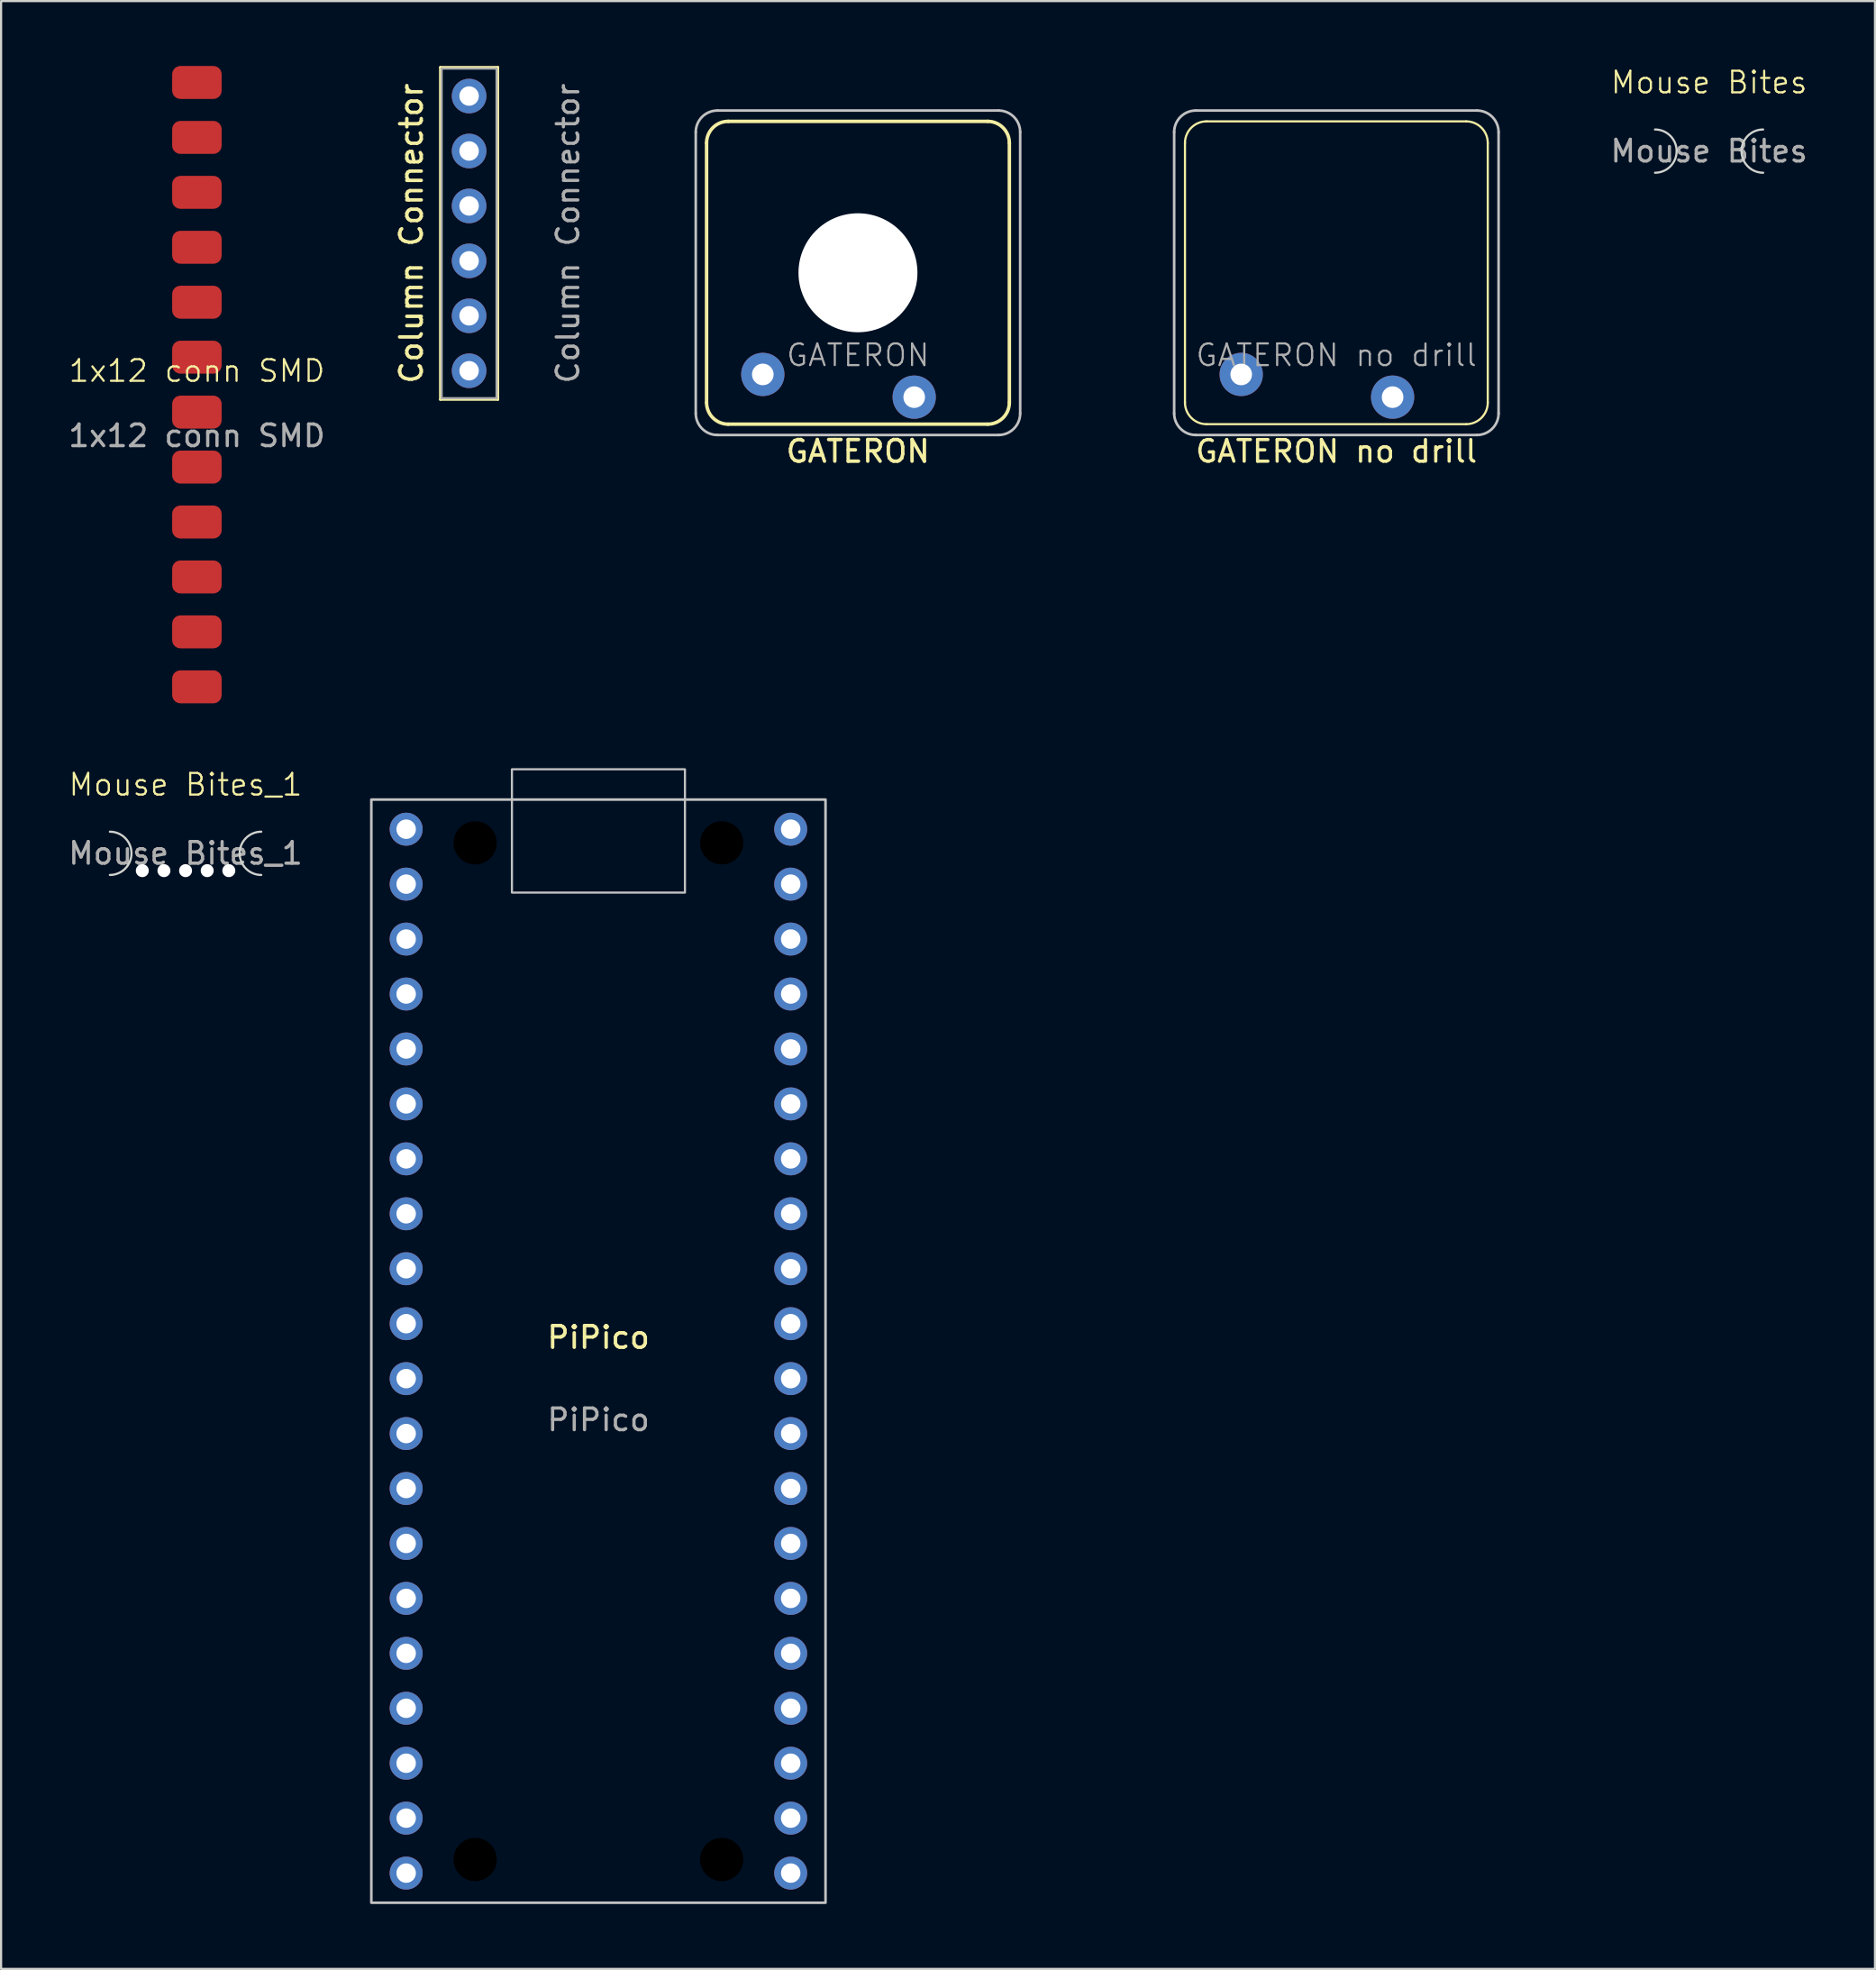
<source format=kicad_pcb>
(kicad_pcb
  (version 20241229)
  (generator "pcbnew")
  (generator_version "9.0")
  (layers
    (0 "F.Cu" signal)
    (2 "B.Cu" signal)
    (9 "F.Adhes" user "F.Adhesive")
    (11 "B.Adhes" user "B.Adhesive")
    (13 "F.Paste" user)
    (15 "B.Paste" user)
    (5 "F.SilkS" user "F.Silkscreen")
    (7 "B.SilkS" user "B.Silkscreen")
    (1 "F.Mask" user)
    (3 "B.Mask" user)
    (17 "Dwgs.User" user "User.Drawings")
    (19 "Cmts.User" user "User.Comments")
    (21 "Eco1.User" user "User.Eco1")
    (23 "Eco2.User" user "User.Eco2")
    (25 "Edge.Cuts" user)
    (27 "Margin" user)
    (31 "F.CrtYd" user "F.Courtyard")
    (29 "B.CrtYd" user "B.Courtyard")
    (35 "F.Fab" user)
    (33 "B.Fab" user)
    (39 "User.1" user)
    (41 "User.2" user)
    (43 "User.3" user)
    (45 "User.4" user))
  (footprint "1x12 conn SMD"
    (layer "F.Cu")
    (at 6.054 14.732)
    (property "Reference" "1x12 conn SMD" (at 0 -0.635 0) (unlocked yes) (layer "F.SilkS") (effects (font (size 1 1) (thickness 0.1))))
    (attr smd)
    (fp_text user "${REFERENCE}" (at 0 2.365 0) (unlocked yes) (layer "F.Fab") (effects (font (size 1 1) (thickness 0.15))))
    (pad "1" smd roundrect (at 0 -13.97) (size 2.286 1.524) (layers "F.Cu" "F.Mask" "F.Paste") (roundrect_rratio 0.25))
    (pad "2" smd roundrect (at 0 -11.43) (size 2.286 1.524) (layers "F.Cu" "F.Mask" "F.Paste") (roundrect_rratio 0.25))
    (pad "3" smd roundrect (at 0 -8.89) (size 2.286 1.524) (layers "F.Cu" "F.Mask" "F.Paste") (roundrect_rratio 0.25))
    (pad "4" smd roundrect (at 0 -6.35) (size 2.286 1.524) (layers "F.Cu" "F.Mask" "F.Paste") (roundrect_rratio 0.25))
    (pad "5" smd roundrect (at 0 -3.81) (size 2.286 1.524) (layers "F.Cu" "F.Mask" "F.Paste") (roundrect_rratio 0.25))
    (pad "6" smd roundrect (at 0 -1.27) (size 2.286 1.524) (layers "F.Cu" "F.Mask" "F.Paste") (roundrect_rratio 0.25))
    (pad "7" smd roundrect (at 0 1.27) (size 2.286 1.524) (layers "F.Cu" "F.Mask" "F.Paste") (roundrect_rratio 0.25))
    (pad "8" smd roundrect (at 0 3.81) (size 2.286 1.524) (layers "F.Cu" "F.Mask" "F.Paste") (roundrect_rratio 0.25))
    (pad "9" smd roundrect (at 0 6.35) (size 2.286 1.524) (layers "F.Cu" "F.Mask" "F.Paste") (roundrect_rratio 0.25))
    (pad "10" smd roundrect (at 0 8.89) (size 2.286 1.524) (layers "F.Cu" "F.Mask" "F.Paste") (roundrect_rratio 0.25))
    (pad "11" smd roundrect (at 0 11.43) (size 2.286 1.524) (layers "F.Cu" "F.Mask" "F.Paste") (roundrect_rratio 0.25))
    (pad "12" smd roundrect (at 0 13.97) (size 2.286 1.524) (layers "F.Cu" "F.Mask" "F.Paste") (roundrect_rratio 0.25)))
  (footprint "Column Connector"
    (layer "F.Cu")
    (at 18.64 7.74)
    (property "Reference" "Column Connector" (at -2.667 0 90) (unlocked yes) (layer "F.SilkS") (effects (font (size 1 1) (thickness 0.16))))
    (attr smd)
    (fp_line (start -1.33 -7.68) (end -1.33 7.68) (stroke (width 0.12) (type solid)) (layer "F.SilkS"))
    (fp_line (start -1.33 -7.68) (end 1.33 -7.68) (stroke (width 0.12) (type solid)) (layer "F.SilkS"))
    (fp_line (start -1.33 7.68) (end 1.33 7.68) (stroke (width 0.12) (type solid)) (layer "F.SilkS"))
    (fp_line (start 1.33 -7.68) (end 1.33 7.68) (stroke (width 0.12) (type solid)) (layer "F.SilkS"))
    (fp_line (start -1.27 -7.62) (end 1.27 -7.62) (stroke (width 0.1) (type solid)) (layer "F.Fab"))
    (fp_line (start -1.27 7.62) (end -1.27 -7.62) (stroke (width 0.1) (type solid)) (layer "F.Fab"))
    (fp_line (start 1.27 -7.62) (end 1.27 7.62) (stroke (width 0.1) (type solid)) (layer "F.Fab"))
    (fp_line (start 1.27 7.62) (end -1.27 7.62) (stroke (width 0.1) (type solid)) (layer "F.Fab"))
    (fp_text user "${REFERENCE}" (at 4.572 0 90) (unlocked yes) (layer "F.Fab") (effects (font (size 1 1) (thickness 0.15))))
    (pad "1" thru_hole oval (at 0 -6.35) (size 1.6 1.6) (drill 0.9) (layers "*.Cu" "*.Mask"))
    (pad "2" thru_hole oval (at 0 -3.81) (size 1.6 1.6) (drill 0.9) (layers "*.Cu" "*.Mask"))
    (pad "3" thru_hole oval (at 0 -1.27) (size 1.6 1.6) (drill 0.9) (layers "*.Cu" "*.Mask"))
    (pad "4" thru_hole oval (at 0 1.27) (size 1.6 1.6) (drill 0.9) (layers "*.Cu" "*.Mask"))
    (pad "5" thru_hole oval (at 0 3.81) (size 1.6 1.6) (drill 0.9) (layers "*.Cu" "*.Mask"))
    (pad "6" thru_hole oval (at 0 6.35) (size 1.6 1.6) (drill 0.9) (layers "*.Cu" "*.Mask")))
  (footprint "GATERON"
    (layer "F.Cu")
    (at 36.62 9.56)
    (property "Reference" "GATERON" (at 0 8.255 0) (unlocked yes) (layer "F.SilkS") (effects (font (size 1 1) (thickness 0.16))))
    (attr smd)
    (fp_line (start -7 6) (end -7 -6) (stroke (width 0.16) (type default)) (layer "F.SilkS"))
    (fp_line (start -6 -7) (end 6 -7) (stroke (width 0.16) (type default)) (layer "F.SilkS"))
    (fp_line (start 6 7) (end -6 7) (stroke (width 0.16) (type default)) (layer "F.SilkS"))
    (fp_line (start 7 -6) (end 7 6) (stroke (width 0.16) (type default)) (layer "F.SilkS"))
    (fp_arc (start -7 -6) (mid -6.707107 -6.707106) (end -6 -7) (stroke (width 0.16) (type default)) (layer "F.SilkS"))
    (fp_arc (start -6 7) (mid -6.707106 6.707107) (end -7 6) (stroke (width 0.16) (type default)) (layer "F.SilkS"))
    (fp_arc (start 6 -7) (mid 6.707106 -6.707107) (end 7 -6) (stroke (width 0.16) (type default)) (layer "F.SilkS"))
    (fp_arc (start 7 6) (mid 6.707107 6.707106) (end 6 7) (stroke (width 0.16) (type default)) (layer "F.SilkS"))
    (fp_line (start -7.5 6.5) (end -7.5 -6.5) (stroke (width 0.12) (type default)) (layer "Dwgs.User"))
    (fp_line (start -6.5 -7.5) (end 6.5 -7.5) (stroke (width 0.12) (type default)) (layer "Dwgs.User"))
    (fp_line (start 6.5 7.5) (end -6.5 7.5) (stroke (width 0.12) (type default)) (layer "Dwgs.User"))
    (fp_line (start 7.5 -6.5) (end 7.5 6.5) (stroke (width 0.12) (type default)) (layer "Dwgs.User"))
    (fp_arc (start -7.5 -6.5) (mid -7.207107 -7.207107) (end -6.5 -7.5) (stroke (width 0.12) (type default)) (layer "Dwgs.User"))
    (fp_arc (start -6.5 7.5) (mid -7.207107 7.207107) (end -7.5 6.5) (stroke (width 0.12) (type default)) (layer "Dwgs.User"))
    (fp_arc (start 6.5 -7.5) (mid 7.207107 -7.207107) (end 7.5 -6.5) (stroke (width 0.12) (type default)) (layer "Dwgs.User"))
    (fp_arc (start 7.5 6.5) (mid 7.207107 7.207107) (end 6.5 7.5) (stroke (width 0.12) (type default)) (layer "Dwgs.User"))
    (fp_rect (start 9.5 9.5) (end -9.5 -9.5) (stroke (width 0.12) (type dash)) (fill no) (layer "User.1"))
    (fp_text user "${REFERENCE}" (at 0 3.81 0) (layer "F.Fab") (effects (font (size 1 1) (thickness 0.1))))
    (pad "" np_thru_hole circle (at 0 0 180) (size 5.5 5.5) (drill 5.5) (layers "*.Cu" "*.Mask"))
    (pad "0" thru_hole circle (at 2.6 5.75 180) (size 2 2) (drill 1) (layers "*.Cu" "*.Mask"))
    (pad "1" thru_hole circle (at -4.4 4.7 180) (size 2 2) (drill 1) (layers "*.Cu" "*.Mask")))
  (footprint "GATERON no drill"
    (layer "F.Cu")
    (at 58.74 9.56)
    (property "Reference" "GATERON no drill" (at 0 8.255 0) (unlocked yes) (layer "F.SilkS") (effects (font (size 1 1) (thickness 0.15))))
    (attr smd)
    (fp_line (start -7 6) (end -7 -6) (stroke (width 0.1) (type default)) (layer "F.SilkS"))
    (fp_line (start -6 -7) (end 6 -7) (stroke (width 0.1) (type default)) (layer "F.SilkS"))
    (fp_line (start 6 7) (end -6 7) (stroke (width 0.1) (type default)) (layer "F.SilkS"))
    (fp_line (start 7 -6) (end 7 6) (stroke (width 0.1) (type default)) (layer "F.SilkS"))
    (fp_arc (start -7 -6) (mid -6.707107 -6.707107) (end -6 -7) (stroke (width 0.1) (type default)) (layer "F.SilkS"))
    (fp_arc (start -6 7) (mid -6.707107 6.707107) (end -7 6) (stroke (width 0.1) (type default)) (layer "F.SilkS"))
    (fp_arc (start 6 -7) (mid 6.707107 -6.707107) (end 7 -6) (stroke (width 0.1) (type default)) (layer "F.SilkS"))
    (fp_arc (start 7 6) (mid 6.707107 6.707107) (end 6 7) (stroke (width 0.1) (type default)) (layer "F.SilkS"))
    (fp_line (start -7.5 6.5) (end -7.5 -6.5) (stroke (width 0.12) (type default)) (layer "Dwgs.User"))
    (fp_line (start -6.5 -7.5) (end 6.5 -7.5) (stroke (width 0.12) (type default)) (layer "Dwgs.User"))
    (fp_line (start 6.5 7.5) (end -6.5 7.5) (stroke (width 0.12) (type default)) (layer "Dwgs.User"))
    (fp_line (start 7.5 -6.5) (end 7.5 6.5) (stroke (width 0.12) (type default)) (layer "Dwgs.User"))
    (fp_arc (start -7.5 -6.5) (mid -7.207107 -7.207107) (end -6.5 -7.5) (stroke (width 0.12) (type default)) (layer "Dwgs.User"))
    (fp_arc (start -6.5 7.5) (mid -7.207107 7.207107) (end -7.5 6.5) (stroke (width 0.12) (type default)) (layer "Dwgs.User"))
    (fp_arc (start 6.5 -7.5) (mid 7.207107 -7.207107) (end 7.5 -6.5) (stroke (width 0.12) (type default)) (layer "Dwgs.User"))
    (fp_arc (start 7.5 6.5) (mid 7.207107 7.207107) (end 6.5 7.5) (stroke (width 0.12) (type default)) (layer "Dwgs.User"))
    (fp_rect (start 9.5 9.5) (end -9.5 -9.5) (stroke (width 0.12) (type dash)) (fill no) (layer "User.1"))
    (fp_text user "${REFERENCE}" (at 0 3.81 0) (layer "F.Fab") (effects (font (size 1 1) (thickness 0.1))))
    (pad "0" thru_hole circle (at 2.6 5.75 180) (size 2 2) (drill 1) (layers "*.Cu" "*.Mask"))
    (pad "1" thru_hole circle (at -4.4 4.7 180) (size 2 2) (drill 1) (layers "*.Cu" "*.Mask")))
  (footprint "Mouse Bites"
    (layer "F.Cu")
    (at 75.973 3.936)
    (property "Reference" "Mouse Bites" (at 0 -3.175 0) (unlocked yes) (layer "F.SilkS") (effects (font (size 1 1) (thickness 0.1))))
    (attr smd)
    (fp_arc (start -2.5 -1) (mid -1.5 0) (end -2.5 1) (stroke (width 0.1) (type default)) (layer "Edge.Cuts"))
    (fp_arc (start 2.5 1) (mid 1.5 0) (end 2.5 -1) (stroke (width 0.1) (type default)) (layer "Edge.Cuts"))
    (fp_text user "${REFERENCE}" (at 0 0 0) (unlocked yes) (layer "F.Fab") (effects (font (size 1 1) (thickness 0.15)))))
  (footprint "Mouse Bites_1"
    (layer "F.Cu")
    (at 5.53 36.4)
    (property "Reference" "Mouse Bites_1" (at 0 -3.175 0) (unlocked yes) (layer "F.SilkS") (effects (font (size 1 1) (thickness 0.1))))
    (attr smd)
    (fp_arc (start -3.5 -1) (mid -2.5 0) (end -3.5 1) (stroke (width 0.1) (type default)) (layer "Edge.Cuts"))
    (fp_arc (start 3.5 1) (mid 2.5 0) (end 3.5 -1) (stroke (width 0.1) (type default)) (layer "Edge.Cuts"))
    (fp_text user "${REFERENCE}" (at 0 0 0) (unlocked yes) (layer "F.Fab") (effects (font (size 1 1) (thickness 0.15))))
    (pad "" np_thru_hole circle (at -2 0.8 180) (size 0.6 0.6) (drill 0.6) (layers "*.Cu" "*.Mask"))
    (pad "" np_thru_hole circle (at -1 0.8 180) (size 0.6 0.6) (drill 0.6) (layers "*.Cu" "*.Mask"))
    (pad "" np_thru_hole circle (at 0 0.8 180) (size 0.6 0.6) (drill 0.6) (layers "*.Cu" "*.Mask"))
    (pad "" np_thru_hole circle (at 1 0.8 180) (size 0.6 0.6) (drill 0.6) (layers "*.Cu" "*.Mask"))
    (pad "" np_thru_hole circle (at 2 0.8 180) (size 0.6 0.6) (drill 0.6) (layers "*.Cu" "*.Mask")))
  (footprint "PiPico"
    (layer "F.Cu")
    (at 24.62 59.414)
    (property "Reference" "PiPico" (at 0 -0.635 0) (unlocked yes) (layer "F.SilkS") (effects (font (size 1 1) (thickness 0.16))))
    (attr through_hole)
    (fp_rect (start -10.5 -25.5) (end 10.5 25.5) (stroke (width 0.12) (type solid)) (fill no) (layer "Dwgs.User"))
    (fp_rect (start -4 -26.9) (end 4 -21.2) (stroke (width 0.1) (type default)) (fill no) (layer "Dwgs.User"))
    (fp_text user "${REFERENCE}" (at 0 3.175 0) (unlocked yes) (layer "F.Fab") (effects (font (size 1 1) (thickness 0.15))))
    (pad "" np_thru_hole circle (at -5.7 -23.5) (size 2.5 2.5) (drill 2) (layers "*.Mask"))
    (pad "" np_thru_hole circle (at -5.7 23.5) (size 2.5 2.5) (drill 2) (layers "*.Mask"))
    (pad "" np_thru_hole circle (at 5.7 -23.5) (size 2.5 2.5) (drill 2) (layers "*.Mask"))
    (pad "" np_thru_hole circle (at 5.7 23.5) (size 2.5 2.5) (drill 2) (layers "*.Mask"))
    (pad "1" thru_hole circle (at -8.89 -24.13) (size 1.524 1.524) (drill 0.9) (layers "*.Cu" "*.Mask"))
    (pad "2" thru_hole circle (at -8.89 -21.59) (size 1.524 1.524) (drill 0.9) (layers "*.Cu" "*.Mask"))
    (pad "3" thru_hole circle (at -8.89 -19.05) (size 1.524 1.524) (drill 0.9) (layers "*.Cu" "*.Mask"))
    (pad "4" thru_hole circle (at -8.89 -16.51) (size 1.524 1.524) (drill 0.9) (layers "*.Cu" "*.Mask"))
    (pad "5" thru_hole circle (at -8.89 -13.97) (size 1.524 1.524) (drill 0.9) (layers "*.Cu" "*.Mask"))
    (pad "6" thru_hole circle (at -8.89 -11.43) (size 1.524 1.524) (drill 0.9) (layers "*.Cu" "*.Mask"))
    (pad "7" thru_hole circle (at -8.89 -8.89) (size 1.524 1.524) (drill 0.9) (layers "*.Cu" "*.Mask"))
    (pad "8" thru_hole circle (at -8.89 -6.35) (size 1.524 1.524) (drill 0.9) (layers "*.Cu" "*.Mask"))
    (pad "9" thru_hole circle (at -8.89 -3.81) (size 1.524 1.524) (drill 0.9) (layers "*.Cu" "*.Mask"))
    (pad "10" thru_hole circle (at -8.89 -1.27) (size 1.524 1.524) (drill 0.9) (layers "*.Cu" "*.Mask"))
    (pad "11" thru_hole circle (at -8.89 1.27) (size 1.524 1.524) (drill 0.9) (layers "*.Cu" "*.Mask"))
    (pad "12" thru_hole circle (at -8.89 3.81) (size 1.524 1.524) (drill 0.9) (layers "*.Cu" "*.Mask"))
    (pad "13" thru_hole circle (at -8.89 6.35) (size 1.524 1.524) (drill 0.9) (layers "*.Cu" "*.Mask"))
    (pad "14" thru_hole circle (at -8.89 8.89) (size 1.524 1.524) (drill 0.9) (layers "*.Cu" "*.Mask"))
    (pad "15" thru_hole circle (at -8.89 11.43) (size 1.524 1.524) (drill 0.9) (layers "*.Cu" "*.Mask"))
    (pad "16" thru_hole circle (at -8.89 13.97) (size 1.524 1.524) (drill 0.9) (layers "*.Cu" "*.Mask"))
    (pad "17" thru_hole circle (at -8.89 16.51) (size 1.524 1.524) (drill 0.9) (layers "*.Cu" "*.Mask"))
    (pad "18" thru_hole circle (at -8.89 19.05) (size 1.524 1.524) (drill 0.9) (layers "*.Cu" "*.Mask"))
    (pad "19" thru_hole circle (at -8.89 21.59) (size 1.524 1.524) (drill 0.9) (layers "*.Cu" "*.Mask"))
    (pad "20" thru_hole circle (at -8.89 24.13) (size 1.524 1.524) (drill 0.9) (layers "*.Cu" "*.Mask"))
    (pad "21" thru_hole circle (at 8.89 24.13) (size 1.524 1.524) (drill 0.9) (layers "*.Cu" "*.Mask"))
    (pad "22" thru_hole circle (at 8.89 21.59) (size 1.524 1.524) (drill 0.9) (layers "*.Cu" "*.Mask"))
    (pad "23" thru_hole circle (at 8.89 19.05) (size 1.524 1.524) (drill 0.9) (layers "*.Cu" "*.Mask"))
    (pad "24" thru_hole circle (at 8.89 16.51) (size 1.524 1.524) (drill 0.9) (layers "*.Cu" "*.Mask"))
    (pad "25" thru_hole circle (at 8.89 13.97) (size 1.524 1.524) (drill 0.9) (layers "*.Cu" "*.Mask"))
    (pad "26" thru_hole circle (at 8.89 11.43) (size 1.524 1.524) (drill 0.9) (layers "*.Cu" "*.Mask"))
    (pad "27" thru_hole circle (at 8.89 8.89) (size 1.524 1.524) (drill 0.9) (layers "*.Cu" "*.Mask"))
    (pad "28" thru_hole circle (at 8.89 6.35) (size 1.524 1.524) (drill 0.9) (layers "*.Cu" "*.Mask"))
    (pad "29" thru_hole circle (at 8.89 3.81) (size 1.524 1.524) (drill 0.9) (layers "*.Cu" "*.Mask"))
    (pad "30" thru_hole circle (at 8.89 1.27) (size 1.524 1.524) (drill 0.9) (layers "*.Cu" "*.Mask"))
    (pad "31" thru_hole circle (at 8.89 -1.27) (size 1.524 1.524) (drill 0.9) (layers "*.Cu" "*.Mask"))
    (pad "32" thru_hole circle (at 8.89 -3.81) (size 1.524 1.524) (drill 0.9) (layers "*.Cu" "*.Mask"))
    (pad "33" thru_hole circle (at 8.89 -6.35) (size 1.524 1.524) (drill 0.9) (layers "*.Cu" "*.Mask"))
    (pad "34" thru_hole circle (at 8.89 -8.89) (size 1.524 1.524) (drill 0.9) (layers "*.Cu" "*.Mask"))
    (pad "35" thru_hole circle (at 8.89 -11.43) (size 1.524 1.524) (drill 0.9) (layers "*.Cu" "*.Mask"))
    (pad "36" thru_hole circle (at 8.89 -13.97) (size 1.524 1.524) (drill 0.9) (layers "*.Cu" "*.Mask"))
    (pad "37" thru_hole circle (at 8.89 -16.51) (size 1.524 1.524) (drill 0.9) (layers "*.Cu" "*.Mask"))
    (pad "38" thru_hole circle (at 8.89 -19.05) (size 1.524 1.524) (drill 0.9) (layers "*.Cu" "*.Mask"))
    (pad "39" thru_hole circle (at 8.89 -21.59) (size 1.524 1.524) (drill 0.9) (layers "*.Cu" "*.Mask"))
    (pad "40" thru_hole circle (at 8.89 -24.13) (size 1.524 1.524) (drill 0.9) (layers "*.Cu" "*.Mask")))
  (gr_rect
    (start -3 -3)
    (end 83.645 87.974)
    (stroke (width 0.1) (type default))
    (fill no)
    (layer "Edge.Cuts")))
</source>
